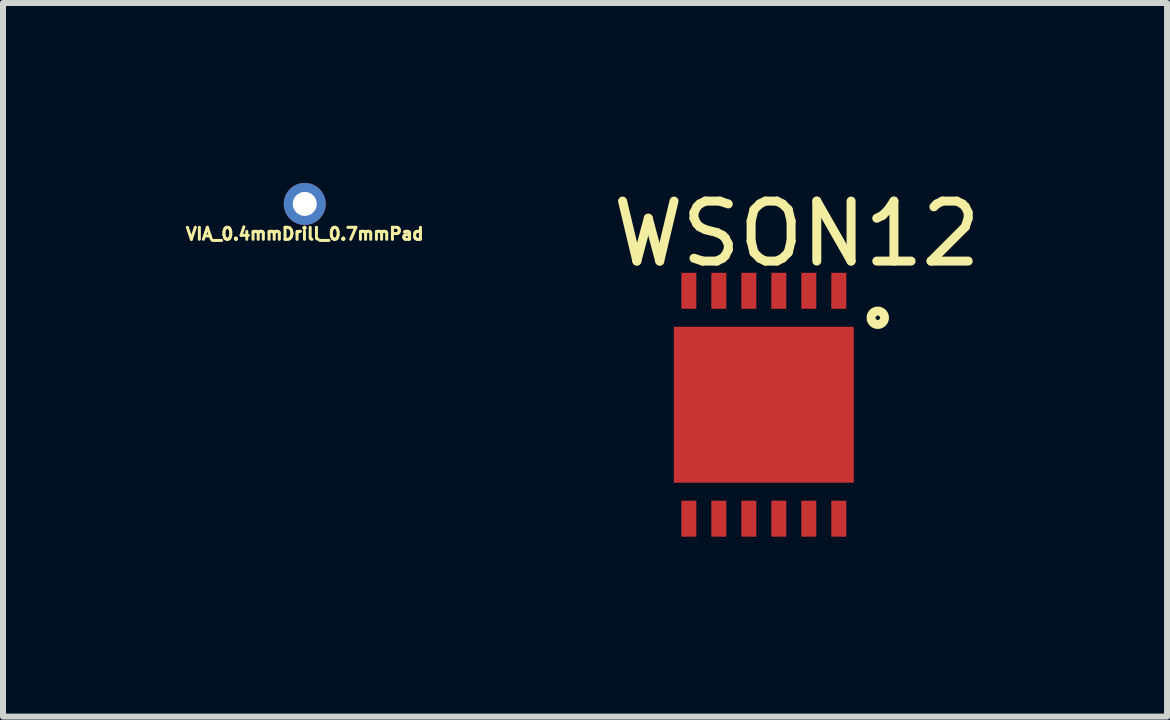
<source format=kicad_pcb>
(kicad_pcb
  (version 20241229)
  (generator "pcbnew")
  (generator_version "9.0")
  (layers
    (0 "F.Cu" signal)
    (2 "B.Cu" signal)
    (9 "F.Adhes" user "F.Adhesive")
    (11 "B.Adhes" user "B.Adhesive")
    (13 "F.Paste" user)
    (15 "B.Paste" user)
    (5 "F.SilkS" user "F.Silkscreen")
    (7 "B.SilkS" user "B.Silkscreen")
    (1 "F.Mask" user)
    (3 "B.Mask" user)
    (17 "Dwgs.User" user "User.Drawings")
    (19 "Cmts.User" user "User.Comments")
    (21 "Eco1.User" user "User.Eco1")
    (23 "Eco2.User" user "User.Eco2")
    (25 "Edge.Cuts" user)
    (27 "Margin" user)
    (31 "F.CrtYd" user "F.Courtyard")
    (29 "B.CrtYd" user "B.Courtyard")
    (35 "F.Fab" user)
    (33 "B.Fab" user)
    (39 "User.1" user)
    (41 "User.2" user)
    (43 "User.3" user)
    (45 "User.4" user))
  (footprint "WSON12"
    (layer "F.Cu")
    (at 9.685 3.698)
    (property "Reference" "WSON12" (at 0.55 -2.85 0) (layer "F.SilkS") (effects (font (size 1 1) (thickness 0.15))))
    (attr through_hole)
    (fp_circle (center 1.9 -1.45) (end 2 -1.4) (stroke (width 0.15) (type solid)) (fill no) (layer "F.SilkS"))
    (pad "1" smd rect (at 1.25 -1.9) (size 0.25 0.6) (layers "F.Cu" "F.Mask" "F.Paste"))
    (pad "2" smd rect (at 0.75 -1.9) (size 0.25 0.6) (layers "F.Cu" "F.Mask" "F.Paste"))
    (pad "3" smd rect (at 0.25 -1.9) (size 0.25 0.6) (layers "F.Cu" "F.Mask" "F.Paste"))
    (pad "4" smd rect (at -0.25 -1.9) (size 0.25 0.6) (layers "F.Cu" "F.Mask" "F.Paste"))
    (pad "5" smd rect (at -0.75 -1.9) (size 0.25 0.6) (layers "F.Cu" "F.Mask" "F.Paste"))
    (pad "6" smd rect (at -1.25 -1.9) (size 0.25 0.6) (layers "F.Cu" "F.Mask" "F.Paste"))
    (pad "7" smd rect (at -1.25 1.9) (size 0.25 0.6) (layers "F.Cu" "F.Mask" "F.Paste"))
    (pad "8" smd rect (at -0.75 1.9) (size 0.25 0.6) (layers "F.Cu" "F.Mask" "F.Paste"))
    (pad "9" smd rect (at -0.25 1.9) (size 0.25 0.6) (layers "F.Cu" "F.Mask" "F.Paste"))
    (pad "10" smd rect (at 0.25 1.9) (size 0.25 0.6) (layers "F.Cu" "F.Mask" "F.Paste"))
    (pad "11" smd rect (at 0.75 1.9) (size 0.25 0.6) (layers "F.Cu" "F.Mask" "F.Paste"))
    (pad "12" smd rect (at 1.25 1.9) (size 0.25 0.6) (layers "F.Cu" "F.Mask" "F.Paste"))
    (pad "13" smd rect (at 0 0) (size 3 2.6) (layers "F.Cu" "F.Mask" "F.Paste")))
  (footprint "VIA_0.4mmDrill_0.7mmPad"
    (layer "F.Cu")
    (at 2.031 0.35)
    (property "Reference" "VIA_0.4mmDrill_0.7mmPad" (at 0 0.5 0) (layer "F.SilkS") (effects (font (size 0.2 0.2) (thickness 0.05))))
    (attr through_hole)
    (pad "1" thru_hole circle (at 0 0) (size 0.7 0.7) (drill 0.4) (layers "*.Cu")))
  (gr_rect
    (start -3 -3)
    (end 16.408 8.898)
    (stroke (width 0.1) (type default))
    (fill no)
    (layer "Edge.Cuts")))
</source>
